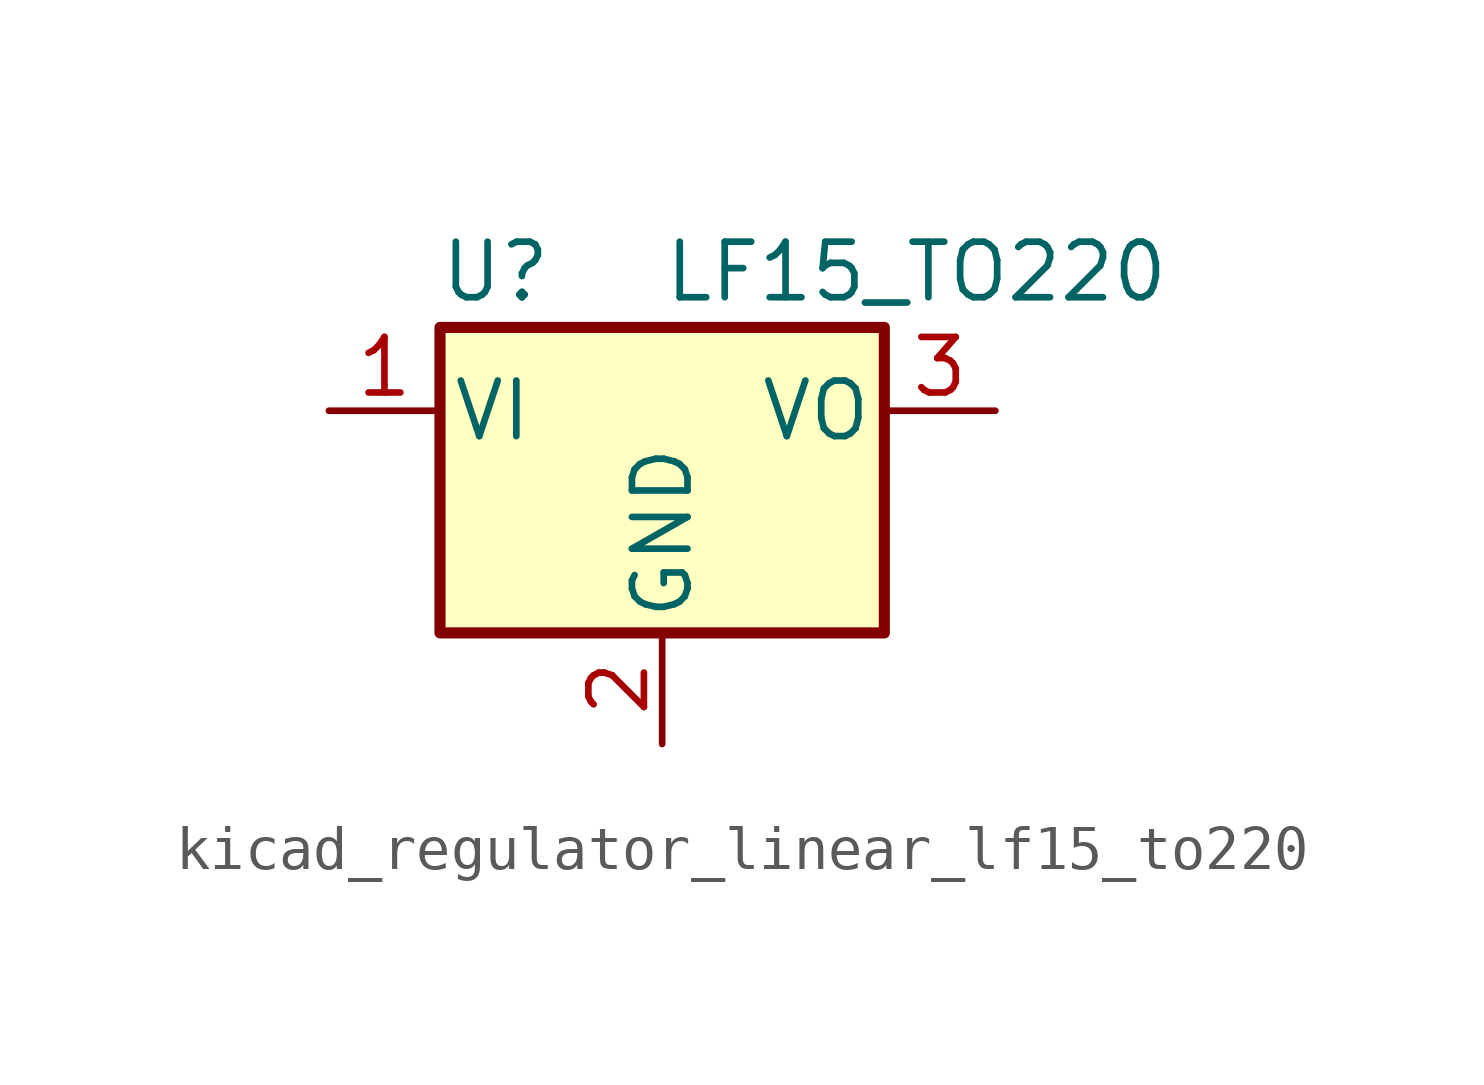
<source format=kicad_sym>
(kicad_symbol_lib
  (version 20220914)
  (generator kicad_symbol_editor)
  (symbol "kicad_regulator_linear_lf15_to220"
    (pin_names
      (offset 0.254))
    (property "Reference" "U"
      (at -3.81 3.175 0)
      (effects (font (size 1.27 1.27))))
    (property "Value" "LF15_TO220"
      (at 0 3.175 0)
      (effects (font (size 1.27 1.27)) (justify left)))
    (symbol "kicad_regulator_linear_lf15_to220_0_1"
      (rectangle (start -5.08 1.905) (end 5.08 -5.08) (stroke (width 0.254) (type default)) (fill (type background))))
    (symbol "kicad_regulator_linear_lf15_to220_1_1"
      (pin power_in line (at -7.62 0 0) (length 2.54) (name "VI" (effects (font (size 1.27 1.27)))) (number "1" (effects (font (size 1.27 1.27)))))
      (pin power_in line (at 0 -7.62 90) (length 2.54) (name "GND" (effects (font (size 1.27 1.27)))) (number "2" (effects (font (size 1.27 1.27)))))
      (pin power_out line (at 7.62 0 180) (length 2.54) (name "VO" (effects (font (size 1.27 1.27)))) (number "3" (effects (font (size 1.27 1.27))))))))
</source>
